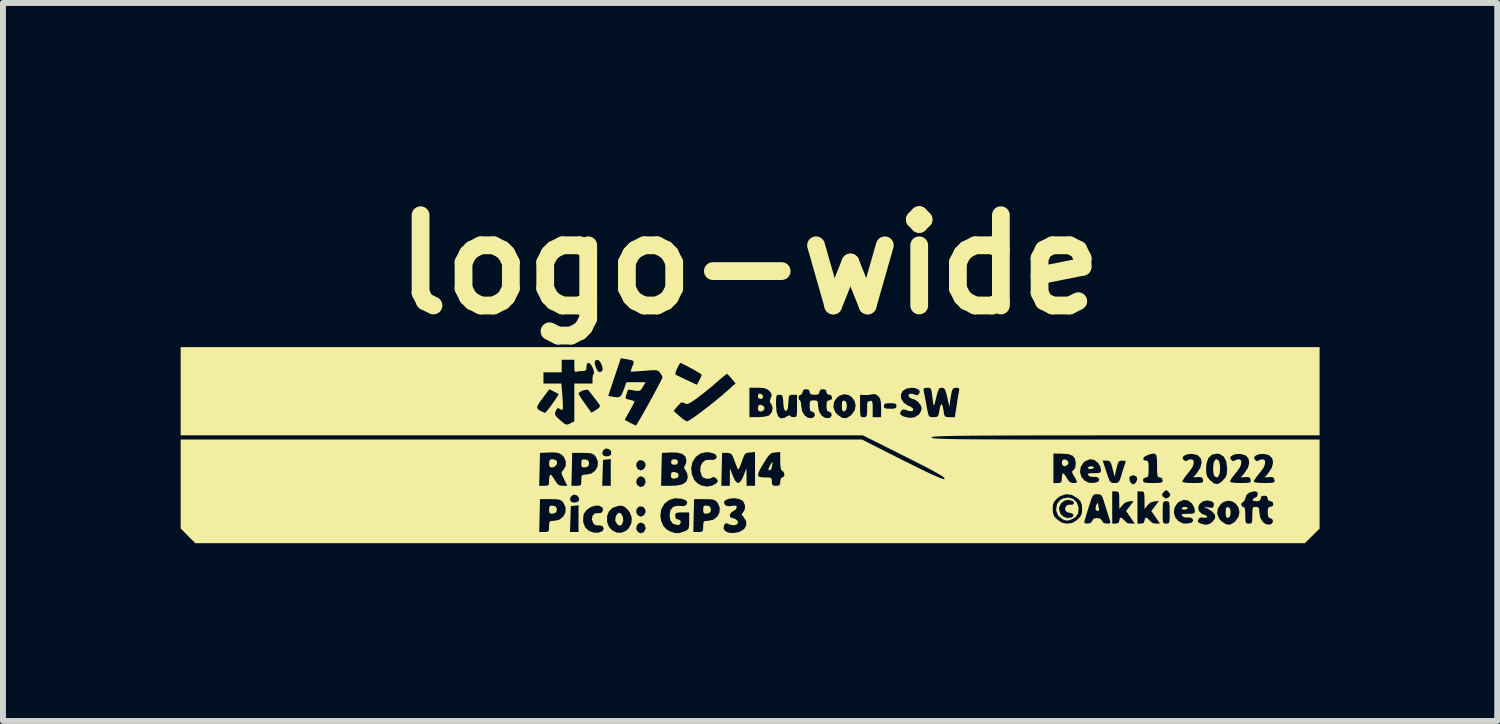
<source format=kicad_pcb>
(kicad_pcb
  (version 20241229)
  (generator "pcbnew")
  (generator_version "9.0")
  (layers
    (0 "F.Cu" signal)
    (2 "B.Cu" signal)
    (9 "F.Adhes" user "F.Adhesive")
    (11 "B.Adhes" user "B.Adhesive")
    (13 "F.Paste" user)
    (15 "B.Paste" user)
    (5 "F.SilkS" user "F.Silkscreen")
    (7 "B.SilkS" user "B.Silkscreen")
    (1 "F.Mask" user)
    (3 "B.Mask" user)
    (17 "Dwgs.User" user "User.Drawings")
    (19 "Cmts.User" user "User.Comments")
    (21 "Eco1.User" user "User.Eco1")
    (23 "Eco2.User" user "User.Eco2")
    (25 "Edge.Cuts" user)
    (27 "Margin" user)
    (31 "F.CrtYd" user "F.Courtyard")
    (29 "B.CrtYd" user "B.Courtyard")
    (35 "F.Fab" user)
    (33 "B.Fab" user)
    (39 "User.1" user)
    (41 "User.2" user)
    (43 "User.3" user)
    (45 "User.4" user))
  (footprint "logo-wide"
    (layer "F.Cu")
    (at 9.602 4.466)
    (property "Reference" "logo-wide" (at 0 -3.048 0) (layer "F.SilkS") (effects (font (size 1.524 1.524) (thickness 0.3))))
    (attr board_only exclude_from_pos_files exclude_from_bom)
    (fp_poly (pts (xy -1.219 0.248) (xy -1.206 0.284) (xy -1.22 0.321) (xy -1.265 0.331) (xy -1.312 0.32) (xy -1.324 0.284) (xy -1.311 0.247) (xy -1.265 0.236)) (stroke (width 0) (type solid)) (fill yes) (layer "F.SilkS"))
    (fp_poly (pts (xy 0.221 -0.849) (xy 0.233 -0.815) (xy 0.216 -0.787) (xy 0.191 -0.78) (xy 0.15 -0.796) (xy 0.142 -0.829) (xy 0.155 -0.867) (xy 0.183 -0.871)) (stroke (width 0) (type solid)) (fill yes) (layer "F.SilkS"))
    (fp_poly (pts (xy 5.81 0.365) (xy 5.818 0.378) (xy 5.798 0.396) (xy 5.757 0.402) (xy 5.717 0.395) (xy 5.711 0.378) (xy 5.745 0.359) (xy 5.772 0.355)) (stroke (width 0) (type solid)) (fill yes) (layer "F.SilkS"))
    (fp_poly (pts (xy 7.394 1.051) (xy 7.402 1.064) (xy 7.382 1.082) (xy 7.342 1.088) (xy 7.302 1.08) (xy 7.296 1.064) (xy 7.329 1.044) (xy 7.357 1.041)) (stroke (width 0) (type solid)) (fill yes) (layer "F.SilkS"))
    (fp_poly (pts (xy 0.234 -0.664) (xy 0.256 -0.63) (xy 0.243 -0.593) (xy 0.205 -0.569) (xy 0.19 -0.568) (xy 0.152 -0.581) (xy 0.142 -0.627) (xy 0.155 -0.675) (xy 0.193 -0.683)) (stroke (width 0) (type solid)) (fill yes) (layer "F.SilkS"))
    (fp_poly (pts (xy 5.366 0.258) (xy 5.388 0.292) (xy 5.375 0.33) (xy 5.337 0.353) (xy 5.322 0.355) (xy 5.284 0.341) (xy 5.274 0.296) (xy 5.287 0.248) (xy 5.326 0.239)) (stroke (width 0) (type solid)) (fill yes) (layer "F.SilkS"))
    (fp_poly (pts (xy -1.259 0.454) (xy -1.209 0.471) (xy -1.194 0.508) (xy -1.21 0.547) (xy -1.259 0.563) (xy -1.306 0.562) (xy -1.323 0.536) (xy -1.324 0.508) (xy -1.318 0.464) (xy -1.288 0.452)) (stroke (width 0) (type solid)) (fill yes) (layer "F.SilkS"))
    (fp_poly (pts (xy -3.272 0.249) (xy -3.248 0.272) (xy -3.251 0.321) (xy -3.286 0.362) (xy -3.338 0.378) (xy -3.37 0.366) (xy -3.382 0.321) (xy -3.382 0.307) (xy -3.376 0.257) (xy -3.349 0.238) (xy -3.322 0.236)) (stroke (width 0) (type solid)) (fill yes) (layer "F.SilkS"))
    (fp_poly (pts (xy 0.389 0.304) (xy 0.384 0.353) (xy 0.383 0.355) (xy 0.366 0.406) (xy 0.34 0.426) (xy 0.32 0.419) (xy 0.325 0.392) (xy 0.343 0.355) (xy 0.369 0.307) (xy 0.386 0.284) (xy 0.387 0.284)) (stroke (width 0) (type solid)) (fill yes) (layer "F.SilkS"))
    (fp_poly (pts (xy 5.888 0.992) (xy 5.888 0.997) (xy 5.897 1.056) (xy 5.903 1.074) (xy 5.901 1.106) (xy 5.88 1.112) (xy 5.848 1.092) (xy 5.842 1.07) (xy 5.855 1.013) (xy 5.865 0.993) (xy 5.884 0.971)) (stroke (width 0) (type solid)) (fill yes) (layer "F.SilkS"))
    (fp_poly (pts (xy -3.317 1.021) (xy -3.268 1.036) (xy -3.252 1.075) (xy -3.252 1.088) (xy -3.262 1.133) (xy -3.302 1.152) (xy -3.317 1.155) (xy -3.362 1.154) (xy -3.379 1.131) (xy -3.382 1.088) (xy -3.377 1.037) (xy -3.355 1.02)) (stroke (width 0) (type solid)) (fill yes) (layer "F.SilkS"))
    (fp_poly (pts (xy -2.773 0.241) (xy -2.724 0.256) (xy -2.708 0.294) (xy -2.708 0.307) (xy -2.718 0.353) (xy -2.759 0.372) (xy -2.773 0.374) (xy -2.818 0.374) (xy -2.836 0.35) (xy -2.838 0.307) (xy -2.833 0.256) (xy -2.811 0.239)) (stroke (width 0) (type solid)) (fill yes) (layer "F.SilkS"))
    (fp_poly (pts (xy -2.177 1.149) (xy -2.167 1.157) (xy -2.137 1.207) (xy -2.13 1.273) (xy -2.148 1.331) (xy -2.161 1.346) (xy -2.196 1.359) (xy -2.232 1.335) (xy -2.267 1.272) (xy -2.256 1.202) (xy -2.237 1.17) (xy -2.207 1.14)) (stroke (width 0) (type solid)) (fill yes) (layer "F.SilkS"))
    (fp_poly (pts (xy -0.715 1.021) (xy -0.667 1.036) (xy -0.651 1.075) (xy -0.65 1.088) (xy -0.661 1.133) (xy -0.701 1.152) (xy -0.715 1.155) (xy -0.761 1.154) (xy -0.778 1.131) (xy -0.78 1.088) (xy -0.776 1.037) (xy -0.753 1.02)) (stroke (width 0) (type solid)) (fill yes) (layer "F.SilkS"))
    (fp_poly (pts (xy 1.633 -0.73) (xy 1.644 -0.674) (xy 1.644 -0.662) (xy 1.636 -0.6) (xy 1.608 -0.574) (xy 1.602 -0.572) (xy 1.576 -0.575) (xy 1.563 -0.605) (xy 1.561 -0.662) (xy 1.564 -0.725) (xy 1.578 -0.751) (xy 1.602 -0.752)) (stroke (width 0) (type solid)) (fill yes) (layer "F.SilkS"))
    (fp_poly (pts (xy 8.113 1.067) (xy 8.124 1.123) (xy 8.124 1.135) (xy 8.116 1.197) (xy 8.088 1.224) (xy 8.082 1.225) (xy 8.056 1.222) (xy 8.044 1.192) (xy 8.041 1.135) (xy 8.044 1.073) (xy 8.058 1.047) (xy 8.082 1.045)) (stroke (width 0) (type solid)) (fill yes) (layer "F.SilkS"))
    (fp_poly (pts (xy 7.923 0.259) (xy 7.943 0.323) (xy 7.946 0.39) (xy 7.938 0.483) (xy 7.913 0.534) (xy 7.887 0.544) (xy 7.853 0.525) (xy 7.842 0.507) (xy 7.832 0.457) (xy 7.828 0.391) (xy 7.828 0.39) (xy 7.837 0.298) (xy 7.862 0.247) (xy 7.887 0.236)) (stroke (width 0) (type solid)) (fill yes) (layer "F.SilkS"))
    (fp_poly (pts (xy 5.467 0.908) (xy 5.527 0.966) (xy 5.556 1.05) (xy 5.558 1.073) (xy 5.546 1.157) (xy 5.506 1.214) (xy 5.461 1.242) (xy 5.39 1.271) (xy 5.334 1.27) (xy 5.286 1.25) (xy 5.212 1.189) (xy 5.181 1.108) (xy 5.179 1.082) (xy 5.18 1.076) (xy 5.227 1.076) (xy 5.246 1.15) (xy 5.297 1.204) (xy 5.364 1.23) (xy 5.436 1.221) (xy 5.456 1.211) (xy 5.473 1.183) (xy 5.455 1.155) (xy 5.414 1.142) (xy 5.407 1.143) (xy 5.359 1.128) (xy 5.338 1.108) (xy 5.329 1.06) (xy 5.353 1.019) (xy 5.398 1.002) (xy 5.417 1.006) (xy 5.459 1.004) (xy 5.48 0.981) (xy 5.469 0.95) (xy 5.46 0.944) (xy 5.387 0.921) (xy 5.315 0.937) (xy 5.258 0.984) (xy 5.228 1.054) (xy 5.227 1.076) (xy 5.18 1.076) (xy 5.195 0.99) (xy 5.245 0.927) (xy 5.297 0.899) (xy 5.387 0.884)) (stroke (width 0) (type solid)) (fill yes) (layer "F.SilkS"))
    (fp_poly (pts (xy 9.626 -0.166) (xy 6.35 -0.166) (xy 5.887 -0.166) (xy 5.469 -0.165) (xy 5.094 -0.165) (xy 4.759 -0.165) (xy 4.463 -0.164) (xy 4.203 -0.163) (xy 3.976 -0.162) (xy 3.782 -0.161) (xy 3.616 -0.159) (xy 3.478 -0.158) (xy 3.364 -0.155) (xy 3.273 -0.153) (xy 3.202 -0.15) (xy 3.149 -0.147) (xy 3.113 -0.143) (xy 3.089 -0.139) (xy 3.077 -0.134) (xy 3.074 -0.13) (xy 3.078 -0.125) (xy 3.092 -0.121) (xy 3.117 -0.116) (xy 3.156 -0.113) (xy 3.211 -0.11) (xy 3.284 -0.107) (xy 3.378 -0.104) (xy 3.495 -0.102) (xy 3.637 -0.1) (xy 3.806 -0.099) (xy 4.005 -0.098) (xy 4.236 -0.097) (xy 4.501 -0.096) (xy 4.802 -0.095) (xy 5.142 -0.095) (xy 5.523 -0.095) (xy 5.947 -0.095) (xy 6.35 -0.095) (xy 9.626 -0.095) (xy 9.626 1.409) (xy 9.376 1.655) (xy -9.355 1.655) (xy -9.479 1.531) (xy -9.542 1.466) (xy -3.549 1.466) (xy -3.465 1.466) (xy -3.029 1.466) (xy -2.885 1.466) (xy -2.885 1.292) (xy -2.808 1.292) (xy -2.775 1.384) (xy -2.712 1.445) (xy -2.634 1.475) (xy -2.552 1.478) (xy -2.485 1.453) (xy -2.475 1.444) (xy -2.459 1.404) (xy -2.479 1.369) (xy -2.523 1.353) (xy -2.544 1.354) (xy -2.602 1.35) (xy -2.639 1.313) (xy -2.644 1.298) (xy -2.403 1.298) (xy -2.37 1.381) (xy -2.312 1.442) (xy -2.238 1.476) (xy -2.157 1.477) (xy -2.077 1.441) (xy -2.051 1.416) (xy -1.91 1.416) (xy -1.891 1.456) (xy -1.842 1.488) (xy -1.791 1.473) (xy -1.778 1.462) (xy -1.752 1.406) (xy -1.766 1.348) (xy -1.788 1.323) (xy -1.835 1.306) (xy -1.877 1.324) (xy -1.905 1.365) (xy -1.91 1.416) (xy -2.051 1.416) (xy -2.04 1.406) (xy -1.993 1.32) (xy -1.986 1.224) (xy -2.019 1.137) (xy -1.91 1.137) (xy -1.885 1.183) (xy -1.838 1.206) (xy -1.833 1.206) (xy -1.795 1.191) (xy -1.788 1.185) (xy -1.504 1.185) (xy -1.491 1.274) (xy -1.453 1.365) (xy -1.395 1.425) (xy -1.336 1.457) (xy -1.254 1.484) (xy -1.181 1.483) (xy -1.131 1.466) (xy -0.947 1.466) (xy -0.864 1.466) (xy -0.81 1.463) (xy -0.787 1.446) (xy -0.781 1.406) (xy -0.437 1.406) (xy -0.41 1.449) (xy -0.353 1.477) (xy -0.275 1.484) (xy -0.184 1.469) (xy -0.169 1.464) (xy -0.091 1.418) (xy -0.053 1.355) (xy -0.055 1.283) (xy -0.095 1.217) (xy -0.127 1.178) (xy -0.125 1.153) (xy -0.107 1.136) (xy -0.077 1.083) (xy -0.077 1.076) (xy 5.12 1.076) (xy 5.126 1.152) (xy 5.148 1.204) (xy 5.197 1.255) (xy 5.272 1.306) (xy 5.352 1.324) (xy 5.369 1.324) (xy 5.452 1.312) (xy 5.462 1.306) (xy 5.652 1.306) (xy 5.673 1.32) (xy 5.714 1.324) (xy 5.769 1.309) (xy 5.787 1.277) (xy 5.814 1.24) (xy 5.87 1.23) (xy 5.928 1.241) (xy 5.953 1.277) (xy 5.979 1.314) (xy 6.036 1.324) (xy 6.125 1.324) (xy 6.184 1.324) (xy 6.231 1.313) (xy 6.244 1.278) (xy 6.254 1.23) (xy 6.282 1.223) (xy 6.32 1.259) (xy 6.324 1.265) (xy 6.378 1.314) (xy 6.434 1.324) (xy 6.506 1.324) (xy 6.551 1.324) (xy 6.61 1.324) (xy 6.657 1.313) (xy 6.669 1.278) (xy 6.68 1.23) (xy 6.708 1.223) (xy 6.746 1.259) (xy 6.75 1.265) (xy 6.804 1.314) (xy 6.86 1.324) (xy 6.932 1.324) (xy 6.802 1.135) (xy 6.977 1.135) (xy 6.977 1.229) (xy 6.981 1.285) (xy 6.991 1.313) (xy 7.011 1.323) (xy 7.036 1.324) (xy 7.065 1.322) (xy 7.083 1.31) (xy 7.092 1.277) (xy 7.095 1.215) (xy 7.095 1.139) (xy 7.166 1.139) (xy 7.189 1.219) (xy 7.241 1.282) (xy 7.316 1.319) (xy 7.36 1.324) (xy 7.423 1.318) (xy 7.468 1.305) (xy 7.468 1.304) (xy 7.482 1.286) (xy 7.57 1.286) (xy 7.585 1.307) (xy 7.621 1.324) (xy 7.702 1.344) (xy 7.768 1.329) (xy 7.818 1.293) (xy 7.863 1.235) (xy 7.861 1.176) (xy 7.843 1.156) (xy 7.897 1.156) (xy 7.929 1.239) (xy 7.972 1.287) (xy 8.048 1.336) (xy 8.114 1.342) (xy 8.182 1.304) (xy 8.208 1.279) (xy 8.26 1.203) (xy 8.273 1.125) (xy 8.256 1.052) (xy 8.223 1.004) (xy 8.301 1.004) (xy 8.32 1.036) (xy 8.337 1.041) (xy 8.357 1.051) (xy 8.368 1.09) (xy 8.372 1.165) (xy 8.372 1.182) (xy 8.373 1.261) (xy 8.38 1.304) (xy 8.397 1.321) (xy 8.429 1.324) (xy 8.431 1.324) (xy 8.464 1.321) (xy 8.482 1.305) (xy 8.489 1.264) (xy 8.49 1.187) (xy 8.49 1.182) (xy 8.492 1.104) (xy 8.498 1.061) (xy 8.515 1.044) (xy 8.547 1.041) (xy 8.549 1.041) (xy 8.587 1.046) (xy 8.604 1.07) (xy 8.609 1.126) (xy 8.609 1.136) (xy 8.624 1.223) (xy 8.663 1.292) (xy 8.719 1.334) (xy 8.782 1.341) (xy 8.819 1.326) (xy 8.84 1.292) (xy 8.829 1.253) (xy 8.794 1.23) (xy 8.787 1.23) (xy 8.762 1.215) (xy 8.751 1.165) (xy 8.75 1.135) (xy 8.754 1.073) (xy 8.77 1.046) (xy 8.798 1.041) (xy 8.837 1.024) (xy 8.845 0.993) (xy 8.828 0.954) (xy 8.798 0.946) (xy 8.758 0.929) (xy 8.75 0.899) (xy 8.737 0.862) (xy 8.691 0.851) (xy 8.645 0.862) (xy 8.632 0.899) (xy 8.621 0.933) (xy 8.581 0.945) (xy 8.559 0.946) (xy 8.506 0.938) (xy 8.496 0.916) (xy 8.525 0.889) (xy 8.54 0.887) (xy 8.569 0.867) (xy 8.581 0.834) (xy 8.579 0.796) (xy 8.549 0.782) (xy 8.517 0.78) (xy 8.442 0.798) (xy 8.39 0.842) (xy 8.372 0.898) (xy 8.355 0.941) (xy 8.337 0.955) (xy 8.305 0.986) (xy 8.301 1.004) (xy 8.223 1.004) (xy 8.214 0.991) (xy 8.154 0.95) (xy 8.083 0.937) (xy 8.007 0.958) (xy 7.958 0.993) (xy 7.907 1.07) (xy 7.897 1.156) (xy 7.843 1.156) (xy 7.812 1.119) (xy 7.761 1.086) (xy 7.674 1.038) (xy 7.751 1.051) (xy 7.803 1.057) (xy 7.828 1.055) (xy 7.828 1.054) (xy 7.835 1.027) (xy 7.842 1.007) (xy 7.836 0.971) (xy 7.797 0.946) (xy 7.739 0.934) (xy 7.674 0.942) (xy 7.659 0.947) (xy 7.599 0.992) (xy 7.577 1.051) (xy 7.589 1.111) (xy 7.637 1.158) (xy 7.675 1.173) (xy 7.724 1.195) (xy 7.73 1.216) (xy 7.696 1.226) (xy 7.665 1.222) (xy 7.608 1.22) (xy 7.582 1.245) (xy 7.57 1.286) (xy 7.482 1.286) (xy 7.492 1.272) (xy 7.48 1.24) (xy 7.441 1.22) (xy 7.405 1.221) (xy 7.338 1.217) (xy 7.31 1.196) (xy 7.296 1.174) (xy 7.31 1.163) (xy 7.357 1.159) (xy 7.4 1.159) (xy 7.471 1.157) (xy 7.507 1.147) (xy 7.519 1.125) (xy 7.521 1.103) (xy 7.506 1.045) (xy 7.472 0.985) (xy 7.406 0.933) (xy 7.328 0.924) (xy 7.251 0.957) (xy 7.224 0.98) (xy 7.176 1.056) (xy 7.166 1.139) (xy 7.095 1.139) (xy 7.095 1.135) (xy 7.094 1.041) (xy 7.09 0.985) (xy 7.08 0.957) (xy 7.061 0.947) (xy 7.036 0.946) (xy 7.007 0.948) (xy 6.989 0.96) (xy 6.98 0.993) (xy 6.977 1.055) (xy 6.977 1.135) (xy 6.802 1.135) (xy 6.785 1.111) (xy 6.848 1.029) (xy 6.911 0.946) (xy 6.844 0.946) (xy 6.77 0.969) (xy 6.724 1.011) (xy 6.671 1.076) (xy 6.67 0.928) (xy 6.669 0.848) (xy 6.666 0.833) (xy 6.965 0.833) (xy 6.979 0.866) (xy 7.017 0.894) (xy 7.036 0.899) (xy 7.075 0.882) (xy 7.093 0.866) (xy 7.106 0.831) (xy 7.082 0.795) (xy 7.049 0.765) (xy 7.036 0.757) (xy 7.015 0.771) (xy 6.989 0.795) (xy 6.965 0.833) (xy 6.666 0.833) (xy 6.662 0.803) (xy 6.646 0.785) (xy 6.616 0.78) (xy 6.61 0.78) (xy 6.551 0.78) (xy 6.551 1.324) (xy 6.506 1.324) (xy 6.359 1.111) (xy 6.423 1.029) (xy 6.486 0.946) (xy 6.419 0.946) (xy 6.344 0.969) (xy 6.299 1.011) (xy 6.245 1.076) (xy 6.244 0.928) (xy 6.243 0.848) (xy 6.236 0.803) (xy 6.22 0.785) (xy 6.19 0.78) (xy 6.184 0.78) (xy 6.125 0.78) (xy 6.125 1.324) (xy 6.036 1.324) (xy 6.084 1.319) (xy 6.096 1.3) (xy 6.091 1.283) (xy 6.077 1.243) (xy 6.054 1.17) (xy 6.025 1.077) (xy 6.012 1.035) (xy 5.982 0.937) (xy 5.959 0.877) (xy 5.939 0.844) (xy 5.914 0.83) (xy 5.88 0.828) (xy 5.872 0.828) (xy 5.837 0.829) (xy 5.812 0.839) (xy 5.791 0.866) (xy 5.77 0.917) (xy 5.742 1.001) (xy 5.724 1.057) (xy 5.694 1.156) (xy 5.67 1.237) (xy 5.655 1.29) (xy 5.652 1.306) (xy 5.462 1.306) (xy 5.526 1.267) (xy 5.54 1.255) (xy 5.589 1.203) (xy 5.612 1.151) (xy 5.617 1.076) (xy 5.611 1) (xy 5.589 0.948) (xy 5.54 0.897) (xy 5.444 0.839) (xy 5.345 0.826) (xy 5.246 0.861) (xy 5.197 0.897) (xy 5.148 0.949) (xy 5.125 1.001) (xy 5.12 1.076) (xy -0.077 1.076) (xy -0.075 1.015) (xy -0.102 0.952) (xy -0.116 0.936) (xy -0.177 0.907) (xy -0.261 0.895) (xy -0.345 0.904) (xy -0.396 0.924) (xy -0.429 0.954) (xy -0.423 0.989) (xy -0.418 0.997) (xy -0.388 1.025) (xy -0.339 1.03) (xy -0.302 1.025) (xy -0.243 1.019) (xy -0.217 1.03) (xy -0.213 1.05) (xy -0.233 1.087) (xy -0.272 1.112) (xy -0.314 1.142) (xy -0.332 1.182) (xy -0.322 1.217) (xy -0.289 1.23) (xy -0.238 1.245) (xy -0.199 1.279) (xy -0.189 1.305) (xy -0.209 1.337) (xy -0.257 1.352) (xy -0.315 1.346) (xy -0.339 1.336) (xy -0.385 1.317) (xy -0.411 1.325) (xy -0.427 1.35) (xy -0.437 1.406) (xy -0.781 1.406) (xy -0.781 1.4) (xy -0.78 1.372) (xy -0.778 1.311) (xy -0.762 1.284) (xy -0.722 1.277) (xy -0.697 1.277) (xy -0.608 1.258) (xy -0.542 1.206) (xy -0.505 1.134) (xy -0.501 1.052) (xy -0.538 0.971) (xy -0.542 0.966) (xy -0.571 0.937) (xy -0.607 0.92) (xy -0.664 0.912) (xy -0.755 0.911) (xy -0.761 0.911) (xy -0.934 0.911) (xy -0.941 1.188) (xy -0.947 1.466) (xy -1.131 1.466) (xy -1.099 1.456) (xy -1.054 1.435) (xy -1.029 1.41) (xy -1.019 1.369) (xy -1.017 1.296) (xy -1.017 1.278) (xy -1.017 1.135) (xy -1.135 1.135) (xy -1.205 1.137) (xy -1.24 1.147) (xy -1.252 1.171) (xy -1.253 1.194) (xy -1.242 1.241) (xy -1.206 1.253) (xy -1.167 1.27) (xy -1.159 1.301) (xy -1.173 1.338) (xy -1.216 1.348) (xy -1.288 1.328) (xy -1.333 1.271) (xy -1.348 1.184) (xy -1.332 1.095) (xy -1.285 1.04) (xy -1.211 1.022) (xy -1.175 1.026) (xy -1.105 1.029) (xy -1.065 1.007) (xy -1.048 0.963) (xy -1.076 0.929) (xy -1.141 0.904) (xy -1.256 0.895) (xy -1.356 0.926) (xy -1.436 0.989) (xy -1.487 1.078) (xy -1.504 1.185) (xy -1.788 1.185) (xy -1.778 1.178) (xy -1.752 1.127) (xy -1.761 1.077) (xy -1.795 1.041) (xy -1.846 1.033) (xy -1.875 1.044) (xy -1.908 1.084) (xy -1.91 1.137) (xy -2.019 1.137) (xy -2.021 1.131) (xy -2.059 1.083) (xy -2.112 1.037) (xy -2.16 1.021) (xy -2.215 1.025) (xy -2.314 1.059) (xy -2.376 1.123) (xy -2.403 1.198) (xy -2.403 1.298) (xy -2.644 1.298) (xy -2.66 1.251) (xy -2.649 1.194) (xy -2.614 1.154) (xy -2.562 1.146) (xy -2.552 1.148) (xy -2.505 1.144) (xy -2.475 1.112) (xy -2.474 1.068) (xy -2.483 1.052) (xy -2.537 1.021) (xy -2.607 1.021) (xy -2.682 1.047) (xy -2.749 1.093) (xy -2.793 1.154) (xy -2.802 1.181) (xy -2.808 1.292) (xy -2.885 1.292) (xy -2.885 1.014) (xy -2.95 1.021) (xy -3.015 1.029) (xy -3.022 1.248) (xy -3.029 1.466) (xy -3.465 1.466) (xy -3.412 1.463) (xy -3.388 1.446) (xy -3.382 1.4) (xy -3.382 1.372) (xy -3.379 1.311) (xy -3.364 1.284) (xy -3.323 1.277) (xy -3.298 1.277) (xy -3.209 1.258) (xy -3.143 1.206) (xy -3.106 1.134) (xy -3.103 1.052) (xy -3.139 0.971) (xy -3.143 0.966) (xy -3.172 0.937) (xy -3.209 0.92) (xy -3.226 0.918) (xy -3.028 0.918) (xy -3.011 0.954) (xy -2.971 0.969) (xy -2.919 0.965) (xy -2.882 0.943) (xy -2.878 0.936) (xy -2.879 0.886) (xy -2.912 0.847) (xy -2.963 0.835) (xy -2.976 0.838) (xy -3.016 0.87) (xy -3.028 0.918) (xy -3.226 0.918) (xy -3.266 0.912) (xy -3.357 0.911) (xy -3.362 0.911) (xy -3.536 0.911) (xy -3.542 1.188) (xy -3.549 1.466) (xy -9.542 1.466) (xy -9.602 1.406) (xy -9.602 0.686) (xy -3.549 0.686) (xy -3.465 0.686) (xy -3.412 0.683) (xy -3.388 0.665) (xy -3.382 0.62) (xy -3.382 0.591) (xy -3.377 0.532) (xy -3.365 0.499) (xy -3.36 0.497) (xy -3.336 0.515) (xy -3.301 0.563) (xy -3.284 0.591) (xy -3.245 0.651) (xy -3.207 0.679) (xy -3.154 0.686) (xy -3.153 0.686) (xy -3.074 0.686) (xy -3.005 0.686) (xy -2.922 0.686) (xy -2.485 0.686) (xy -2.341 0.686) (xy -2.341 0.635) (xy -1.91 0.635) (xy -1.891 0.675) (xy -1.842 0.707) (xy -1.791 0.692) (xy -1.784 0.686) (xy -1.491 0.686) (xy -1.335 0.686) (xy -1.246 0.682) (xy -1.17 0.671) (xy -1.128 0.659) (xy -1.08 0.627) (xy -1.059 0.605) (xy -1.041 0.544) (xy -1.052 0.471) (xy -1.08 0.421) (xy -1.103 0.385) (xy -0.983 0.385) (xy -0.971 0.493) (xy -0.933 0.585) (xy -0.875 0.645) (xy -0.816 0.678) (xy -0.722 0.699) (xy -0.64 0.686) (xy -0.474 0.686) (xy -0.331 0.686) (xy -0.33 0.538) (xy -0.329 0.39) (xy -0.281 0.514) (xy -0.243 0.596) (xy -0.207 0.634) (xy -0.191 0.639) (xy -0.155 0.619) (xy -0.117 0.557) (xy -0.099 0.514) (xy -0.05 0.39) (xy -0.047 0.686) (xy 0.095 0.686) (xy 0.095 0.512) (xy 0.146 0.512) (xy 0.17 0.535) (xy 0.222 0.543) (xy 0.26 0.544) (xy 0.33 0.545) (xy 0.365 0.555) (xy 0.377 0.58) (xy 0.378 0.615) (xy 0.384 0.665) (xy 0.412 0.684) (xy 0.449 0.686) (xy 0.5 0.68) (xy 0.518 0.652) (xy 0.519 0.639) (xy 5.132 0.639) (xy 5.203 0.639) (xy 5.251 0.634) (xy 5.27 0.611) (xy 5.274 0.556) (xy 5.279 0.501) (xy 5.291 0.474) (xy 5.294 0.473) (xy 5.317 0.492) (xy 5.349 0.539) (xy 5.358 0.556) (xy 5.399 0.614) (xy 5.444 0.637) (xy 5.469 0.639) (xy 5.514 0.636) (xy 5.53 0.621) (xy 5.517 0.584) (xy 5.483 0.526) (xy 5.452 0.472) (xy 5.449 0.454) (xy 5.581 0.454) (xy 5.604 0.533) (xy 5.656 0.597) (xy 5.732 0.633) (xy 5.775 0.638) (xy 5.839 0.632) (xy 5.883 0.619) (xy 5.884 0.619) (xy 5.907 0.586) (xy 5.895 0.554) (xy 5.856 0.534) (xy 5.82 0.535) (xy 5.753 0.531) (xy 5.725 0.511) (xy 5.712 0.489) (xy 5.725 0.477) (xy 5.773 0.473) (xy 5.815 0.473) (xy 5.886 0.471) (xy 5.922 0.462) (xy 5.935 0.439) (xy 5.936 0.417) (xy 5.922 0.359) (xy 5.887 0.299) (xy 5.837 0.26) (xy 5.964 0.26) (xy 6.026 0.449) (xy 6.057 0.541) (xy 6.08 0.597) (xy 6.102 0.626) (xy 6.13 0.637) (xy 6.165 0.639) (xy 6.204 0.636) (xy 6.231 0.623) (xy 6.252 0.59) (xy 6.266 0.551) (xy 6.413 0.551) (xy 6.42 0.599) (xy 6.447 0.644) (xy 6.48 0.662) (xy 6.508 0.646) (xy 6.526 0.628) (xy 6.542 0.591) (xy 6.646 0.591) (xy 6.65 0.616) (xy 6.67 0.63) (xy 6.716 0.637) (xy 6.798 0.639) (xy 6.811 0.639) (xy 6.898 0.637) (xy 6.948 0.632) (xy 6.971 0.618) (xy 6.972 0.613) (xy 7.308 0.613) (xy 7.33 0.627) (xy 7.395 0.636) (xy 7.487 0.639) (xy 7.577 0.638) (xy 7.63 0.633) (xy 7.655 0.623) (xy 7.66 0.603) (xy 7.658 0.585) (xy 7.645 0.549) (xy 7.61 0.537) (xy 7.571 0.538) (xy 7.492 0.545) (xy 7.554 0.472) (xy 7.603 0.395) (xy 7.71 0.395) (xy 7.714 0.477) (xy 7.73 0.532) (xy 7.766 0.58) (xy 7.779 0.593) (xy 7.844 0.646) (xy 7.901 0.657) (xy 7.96 0.626) (xy 7.973 0.613) (xy 8.112 0.613) (xy 8.135 0.627) (xy 8.199 0.636) (xy 8.291 0.639) (xy 8.382 0.638) (xy 8.434 0.633) (xy 8.459 0.623) (xy 8.461 0.613) (xy 8.514 0.613) (xy 8.537 0.627) (xy 8.601 0.636) (xy 8.693 0.639) (xy 8.784 0.638) (xy 8.836 0.633) (xy 8.861 0.623) (xy 8.866 0.603) (xy 8.864 0.585) (xy 8.851 0.549) (xy 8.817 0.537) (xy 8.778 0.538) (xy 8.698 0.545) (xy 8.76 0.472) (xy 8.82 0.379) (xy 8.841 0.293) (xy 8.826 0.221) (xy 8.775 0.17) (xy 8.691 0.147) (xy 8.611 0.151) (xy 8.552 0.173) (xy 8.55 0.174) (xy 8.519 0.204) (xy 8.526 0.234) (xy 8.536 0.247) (xy 8.571 0.271) (xy 8.593 0.261) (xy 8.635 0.24) (xy 8.679 0.24) (xy 8.705 0.261) (xy 8.706 0.266) (xy 8.704 0.319) (xy 8.685 0.371) (xy 8.64 0.436) (xy 8.607 0.477) (xy 8.557 0.54) (xy 8.524 0.59) (xy 8.514 0.613) (xy 8.461 0.613) (xy 8.464 0.603) (xy 8.462 0.585) (xy 8.449 0.549) (xy 8.415 0.537) (xy 8.376 0.538) (xy 8.296 0.545) (xy 8.358 0.472) (xy 8.418 0.379) (xy 8.439 0.293) (xy 8.424 0.221) (xy 8.373 0.17) (xy 8.289 0.147) (xy 8.209 0.151) (xy 8.15 0.173) (xy 8.148 0.174) (xy 8.117 0.204) (xy 8.124 0.234) (xy 8.134 0.247) (xy 8.169 0.271) (xy 8.191 0.261) (xy 8.233 0.24) (xy 8.277 0.24) (xy 8.303 0.261) (xy 8.304 0.266) (xy 8.302 0.319) (xy 8.283 0.371) (xy 8.238 0.436) (xy 8.205 0.477) (xy 8.155 0.54) (xy 8.122 0.59) (xy 8.112 0.613) (xy 7.973 0.613) (xy 7.995 0.593) (xy 8.037 0.544) (xy 8.058 0.493) (xy 8.064 0.42) (xy 8.065 0.395) (xy 8.051 0.276) (xy 8.01 0.194) (xy 7.942 0.15) (xy 7.887 0.142) (xy 7.804 0.162) (xy 7.746 0.221) (xy 7.715 0.317) (xy 7.71 0.395) (xy 7.603 0.395) (xy 7.614 0.379) (xy 7.635 0.293) (xy 7.62 0.221) (xy 7.569 0.17) (xy 7.484 0.147) (xy 7.405 0.151) (xy 7.346 0.173) (xy 7.344 0.174) (xy 7.313 0.204) (xy 7.32 0.234) (xy 7.33 0.247) (xy 7.365 0.271) (xy 7.387 0.261) (xy 7.428 0.24) (xy 7.473 0.24) (xy 7.499 0.261) (xy 7.5 0.266) (xy 7.498 0.319) (xy 7.479 0.371) (xy 7.434 0.436) (xy 7.4 0.477) (xy 7.351 0.54) (xy 7.318 0.59) (xy 7.308 0.613) (xy 6.972 0.613) (xy 6.977 0.595) (xy 6.977 0.591) (xy 6.96 0.552) (xy 6.929 0.544) (xy 6.906 0.54) (xy 6.892 0.523) (xy 6.885 0.483) (xy 6.882 0.41) (xy 6.882 0.343) (xy 6.88 0.238) (xy 6.871 0.174) (xy 6.849 0.144) (xy 6.807 0.142) (xy 6.74 0.161) (xy 6.72 0.168) (xy 6.668 0.196) (xy 6.647 0.228) (xy 6.659 0.253) (xy 6.693 0.26) (xy 6.719 0.265) (xy 6.734 0.288) (xy 6.739 0.339) (xy 6.74 0.402) (xy 6.738 0.481) (xy 6.731 0.524) (xy 6.714 0.541) (xy 6.693 0.544) (xy 6.653 0.561) (xy 6.646 0.591) (xy 6.542 0.591) (xy 6.549 0.575) (xy 6.534 0.53) (xy 6.488 0.509) (xy 6.48 0.508) (xy 6.429 0.524) (xy 6.413 0.551) (xy 6.266 0.551) (xy 6.274 0.527) (xy 6.292 0.467) (xy 6.318 0.382) (xy 6.34 0.316) (xy 6.353 0.28) (xy 6.354 0.278) (xy 6.342 0.265) (xy 6.297 0.26) (xy 6.296 0.26) (xy 6.257 0.264) (xy 6.232 0.282) (xy 6.214 0.325) (xy 6.196 0.396) (xy 6.165 0.532) (xy 6.131 0.396) (xy 6.11 0.32) (xy 6.09 0.279) (xy 6.064 0.263) (xy 6.03 0.26) (xy 5.964 0.26) (xy 5.837 0.26) (xy 5.821 0.247) (xy 5.744 0.238) (xy 5.666 0.272) (xy 5.639 0.295) (xy 5.592 0.37) (xy 5.581 0.454) (xy 5.449 0.454) (xy 5.447 0.444) (xy 5.465 0.425) (xy 5.471 0.422) (xy 5.502 0.377) (xy 5.51 0.308) (xy 5.498 0.23) (xy 5.457 0.178) (xy 5.382 0.15) (xy 5.269 0.142) (xy 5.132 0.142) (xy 5.132 0.639) (xy 0.519 0.639) (xy 0.52 0.615) (xy 0.531 0.559) (xy 0.556 0.544) (xy 0.585 0.524) (xy 0.591 0.496) (xy 0.576 0.45) (xy 0.556 0.434) (xy 0.535 0.412) (xy 0.524 0.361) (xy 0.52 0.271) (xy 0.52 0.268) (xy 0.52 0.115) (xy 0.433 0.123) (xy 0.388 0.13) (xy 0.352 0.148) (xy 0.316 0.186) (xy 0.272 0.252) (xy 0.245 0.296) (xy 0.184 0.398) (xy 0.151 0.468) (xy 0.146 0.512) (xy 0.095 0.512) (xy 0.095 0.115) (xy 0.008 0.123) (xy -0.039 0.129) (xy -0.07 0.145) (xy -0.093 0.182) (xy -0.119 0.249) (xy -0.131 0.284) (xy -0.16 0.363) (xy -0.18 0.401) (xy -0.194 0.405) (xy -0.202 0.39) (xy -0.222 0.34) (xy -0.249 0.268) (xy -0.261 0.236) (xy -0.289 0.172) (xy -0.317 0.14) (xy -0.358 0.131) (xy -0.382 0.13) (xy -0.461 0.13) (xy -0.468 0.408) (xy -0.474 0.686) (xy -0.64 0.686) (xy -0.628 0.684) (xy -0.563 0.646) (xy -0.534 0.614) (xy -0.54 0.586) (xy -0.56 0.563) (xy -0.6 0.535) (xy -0.624 0.543) (xy -0.674 0.566) (xy -0.737 0.564) (xy -0.79 0.539) (xy -0.803 0.522) (xy -0.83 0.437) (xy -0.825 0.357) (xy -0.793 0.292) (xy -0.739 0.252) (xy -0.669 0.247) (xy -0.668 0.247) (xy -0.605 0.248) (xy -0.563 0.227) (xy -0.551 0.192) (xy -0.575 0.154) (xy -0.579 0.151) (xy -0.631 0.13) (xy -0.704 0.119) (xy -0.724 0.118) (xy -0.825 0.139) (xy -0.905 0.197) (xy -0.96 0.282) (xy -0.983 0.385) (xy -1.103 0.385) (xy -1.105 0.381) (xy -1.093 0.35) (xy -1.092 0.349) (xy -1.071 0.306) (xy -1.064 0.256) (xy -1.082 0.188) (xy -1.137 0.145) (xy -1.23 0.124) (xy -1.328 0.123) (xy -1.478 0.13) (xy -1.485 0.408) (xy -1.491 0.686) (xy -1.784 0.686) (xy -1.778 0.681) (xy -1.752 0.626) (xy -1.766 0.567) (xy -1.788 0.542) (xy -1.835 0.525) (xy -1.877 0.543) (xy -1.905 0.584) (xy -1.91 0.635) (xy -2.341 0.635) (xy -2.341 0.356) (xy -1.91 0.356) (xy -1.885 0.403) (xy -1.838 0.425) (xy -1.833 0.426) (xy -1.795 0.411) (xy -1.778 0.397) (xy -1.752 0.346) (xy -1.761 0.297) (xy -1.795 0.261) (xy -1.846 0.253) (xy -1.875 0.263) (xy -1.908 0.304) (xy -1.91 0.356) (xy -2.341 0.356) (xy -2.341 0.233) (xy -2.406 0.241) (xy -2.471 0.248) (xy -2.478 0.467) (xy -2.485 0.686) (xy -2.922 0.686) (xy -2.868 0.683) (xy -2.844 0.665) (xy -2.838 0.62) (xy -2.838 0.591) (xy -2.836 0.531) (xy -2.82 0.504) (xy -2.779 0.497) (xy -2.754 0.497) (xy -2.665 0.477) (xy -2.599 0.426) (xy -2.562 0.353) (xy -2.559 0.272) (xy -2.595 0.191) (xy -2.599 0.186) (xy -2.628 0.157) (xy -2.665 0.14) (xy -2.682 0.137) (xy -2.484 0.137) (xy -2.467 0.173) (xy -2.427 0.189) (xy -2.375 0.184) (xy -2.338 0.163) (xy -2.334 0.156) (xy -2.335 0.105) (xy -2.368 0.067) (xy -2.419 0.055) (xy -2.432 0.058) (xy -2.472 0.09) (xy -2.484 0.137) (xy -2.682 0.137) (xy -2.722 0.132) (xy -2.813 0.13) (xy -2.818 0.13) (xy -2.992 0.13) (xy -2.998 0.408) (xy -3.005 0.686) (xy -3.074 0.686) (xy -3.129 0.574) (xy -3.161 0.507) (xy -3.172 0.469) (xy -3.163 0.443) (xy -3.142 0.42) (xy -3.103 0.354) (xy -3.1 0.275) (xy -3.13 0.2) (xy -3.162 0.166) (xy -3.207 0.138) (xy -3.26 0.124) (xy -3.337 0.122) (xy -3.38 0.123) (xy -3.536 0.13) (xy -3.542 0.408) (xy -3.549 0.686) (xy -9.602 0.686) (xy -9.602 -0.095) (xy 1.901 -0.095) (xy 2.585 0.251) (xy 2.795 0.355) (xy 2.969 0.441) (xy 3.108 0.505) (xy 3.209 0.549) (xy 3.271 0.571) (xy 3.292 0.573) (xy 3.294 0.561) (xy 3.282 0.544) (xy 3.251 0.52) (xy 3.197 0.487) (xy 3.119 0.443) (xy 3.011 0.385) (xy 2.871 0.313) (xy 2.695 0.224) (xy 2.481 0.117) (xy 2.466 0.109) (xy 1.916 -0.166) (xy -9.602 -0.166) (xy -9.602 -0.634) (xy -3.584 -0.634) (xy -3.57 -0.608) (xy -3.536 -0.584) (xy -3.532 -0.582) (xy -3.481 -0.557) (xy -3.452 -0.545) (xy -3.451 -0.545) (xy -3.432 -0.562) (xy -3.393 -0.609) (xy -3.342 -0.677) (xy -3.326 -0.7) (xy -3.275 -0.773) (xy -3.238 -0.829) (xy -3.221 -0.86) (xy -3.221 -0.863) (xy -3.245 -0.877) (xy -3.294 -0.902) (xy -3.303 -0.907) (xy -3.377 -0.945) (xy -3.475 -0.815) (xy -3.538 -0.729) (xy -3.574 -0.672) (xy -3.584 -0.634) (xy -9.602 -0.634) (xy -9.602 -1.041) (xy -3.477 -1.041) (xy -3.174 -1.041) (xy -3.157 -0.826) (xy -3.151 -0.731) (xy -3.149 -0.653) (xy -3.151 -0.607) (xy -3.154 -0.598) (xy -3.181 -0.6) (xy -3.203 -0.614) (xy -3.232 -0.628) (xy -3.255 -0.606) (xy -3.268 -0.579) (xy -3.283 -0.54) (xy -3.278 -0.509) (xy -3.249 -0.472) (xy -3.196 -0.423) (xy -3.137 -0.373) (xy -3.099 -0.35) (xy -3.066 -0.349) (xy -3.026 -0.367) (xy -3.025 -0.368) (xy -2.956 -0.403) (xy -2.956 -0.872) (xy -2.885 -0.872) (xy -2.872 -0.845) (xy -2.838 -0.79) (xy -2.789 -0.718) (xy -2.776 -0.7) (xy -2.667 -0.549) (xy -2.587 -0.596) (xy -2.538 -0.633) (xy -2.521 -0.665) (xy -2.522 -0.67) (xy -2.544 -0.701) (xy -2.584 -0.756) (xy -2.634 -0.821) (xy -2.642 -0.831) (xy -2.384 -0.831) (xy -2.289 -0.815) (xy -2.228 -0.808) (xy -2.189 -0.816) (xy -2.159 -0.85) (xy -2.13 -0.916) (xy -2.117 -0.952) (xy -2.075 -1.064) (xy -1.752 -1.064) (xy -1.799 -0.985) (xy -1.831 -0.935) (xy -1.863 -0.916) (xy -1.914 -0.918) (xy -1.946 -0.924) (xy -2.007 -0.934) (xy -2.044 -0.938) (xy -2.048 -0.938) (xy -2.056 -0.916) (xy -2.074 -0.866) (xy -2.076 -0.858) (xy -2.091 -0.807) (xy -2.08 -0.782) (xy -2.033 -0.769) (xy -2.021 -0.767) (xy -1.967 -0.753) (xy -1.94 -0.74) (xy -1.939 -0.739) (xy -1.95 -0.713) (xy -1.978 -0.658) (xy -2.018 -0.585) (xy -2.023 -0.577) (xy -2.106 -0.427) (xy -2.017 -0.38) (xy -1.959 -0.351) (xy -1.921 -0.334) (xy -1.916 -0.333) (xy -1.901 -0.352) (xy -1.868 -0.407) (xy -1.819 -0.491) (xy -1.769 -0.579) (xy -1.28 -0.579) (xy -1.181 -0.491) (xy -1.121 -0.442) (xy -1.073 -0.41) (xy -1.052 -0.402) (xy -1.022 -0.416) (xy -0.964 -0.453) (xy -0.935 -0.473) (xy 0 -0.473) (xy 0.148 -0.474) (xy 0.234 -0.479) (xy 0.304 -0.492) (xy 0.335 -0.505) (xy 0.379 -0.56) (xy 0.393 -0.626) (xy 0.375 -0.685) (xy 0.372 -0.688) (xy 0.449 -0.688) (xy 0.458 -0.565) (xy 0.485 -0.487) (xy 0.529 -0.452) (xy 0.59 -0.461) (xy 0.633 -0.486) (xy 0.671 -0.505) (xy 0.686 -0.498) (xy 0.706 -0.479) (xy 0.745 -0.473) (xy 0.774 -0.475) (xy 0.792 -0.487) (xy 0.801 -0.52) (xy 0.804 -0.582) (xy 0.804 -0.662) (xy 0.804 -0.804) (xy 0.828 -0.804) (xy 0.838 -0.766) (xy 0.851 -0.757) (xy 0.866 -0.736) (xy 0.874 -0.683) (xy 0.875 -0.661) (xy 0.89 -0.574) (xy 0.93 -0.506) (xy 0.985 -0.464) (xy 1.048 -0.456) (xy 1.085 -0.471) (xy 1.106 -0.505) (xy 1.095 -0.545) (xy 1.06 -0.567) (xy 1.053 -0.568) (xy 1.028 -0.582) (xy 1.018 -0.632) (xy 1.017 -0.662) (xy 1.02 -0.723) (xy 1.035 -0.75) (xy 1.073 -0.757) (xy 1.088 -0.757) (xy 1.133 -0.753) (xy 1.153 -0.733) (xy 1.159 -0.683) (xy 1.159 -0.661) (xy 1.174 -0.574) (xy 1.214 -0.506) (xy 1.269 -0.464) (xy 1.332 -0.456) (xy 1.369 -0.471) (xy 1.39 -0.505) (xy 1.379 -0.545) (xy 1.344 -0.567) (xy 1.337 -0.568) (xy 1.312 -0.582) (xy 1.302 -0.632) (xy 1.301 -0.642) (xy 1.417 -0.642) (xy 1.449 -0.558) (xy 1.492 -0.511) (xy 1.568 -0.461) (xy 1.634 -0.456) (xy 1.702 -0.494) (xy 1.728 -0.518) (xy 1.78 -0.594) (xy 1.791 -0.662) (xy 1.868 -0.662) (xy 1.869 -0.568) (xy 1.873 -0.512) (xy 1.883 -0.484) (xy 1.903 -0.474) (xy 1.927 -0.473) (xy 1.961 -0.476) (xy 1.979 -0.494) (xy 1.986 -0.538) (xy 1.987 -0.603) (xy 1.988 -0.674) (xy 1.992 -0.722) (xy 1.996 -0.733) (xy 2.024 -0.741) (xy 2.044 -0.748) (xy 2.065 -0.749) (xy 2.076 -0.726) (xy 2.081 -0.67) (xy 2.081 -0.617) (xy 2.081 -0.473) (xy 2.223 -0.473) (xy 2.223 -0.533) (xy 2.542 -0.533) (xy 2.559 -0.509) (xy 2.606 -0.484) (xy 2.703 -0.461) (xy 2.793 -0.473) (xy 2.864 -0.519) (xy 2.868 -0.523) (xy 2.899 -0.581) (xy 2.909 -0.628) (xy 2.89 -0.679) (xy 2.845 -0.733) (xy 2.79 -0.771) (xy 2.755 -0.78) (xy 2.716 -0.797) (xy 2.696 -0.816) (xy 2.685 -0.849) (xy 2.708 -0.868) (xy 2.753 -0.867) (xy 2.786 -0.854) (xy 2.832 -0.842) (xy 2.862 -0.864) (xy 2.877 -0.907) (xy 2.853 -0.942) (xy 2.94 -0.942) (xy 2.943 -0.916) (xy 2.953 -0.864) (xy 2.968 -0.786) (xy 2.98 -0.721) (xy 3 -0.612) (xy 3.015 -0.54) (xy 3.029 -0.499) (xy 3.047 -0.479) (xy 3.073 -0.473) (xy 3.109 -0.473) (xy 3.159 -0.476) (xy 3.185 -0.494) (xy 3.199 -0.539) (xy 3.206 -0.58) (xy 3.222 -0.659) (xy 3.239 -0.693) (xy 3.256 -0.679) (xy 3.271 -0.618) (xy 3.276 -0.591) (xy 3.287 -0.522) (xy 3.302 -0.487) (xy 3.333 -0.474) (xy 3.38 -0.473) (xy 3.468 -0.473) (xy 3.498 -0.668) (xy 3.513 -0.766) (xy 3.527 -0.851) (xy 3.538 -0.908) (xy 3.54 -0.916) (xy 3.542 -0.956) (xy 3.512 -0.969) (xy 3.493 -0.97) (xy 3.458 -0.966) (xy 3.434 -0.949) (xy 3.417 -0.91) (xy 3.403 -0.839) (xy 3.392 -0.769) (xy 3.375 -0.65) (xy 3.34 -0.81) (xy 3.319 -0.895) (xy 3.301 -0.943) (xy 3.279 -0.965) (xy 3.249 -0.97) (xy 3.224 -0.968) (xy 3.206 -0.958) (xy 3.19 -0.932) (xy 3.173 -0.881) (xy 3.152 -0.798) (xy 3.133 -0.721) (xy 3.122 -0.681) (xy 3.112 -0.674) (xy 3.104 -0.702) (xy 3.094 -0.77) (xy 3.086 -0.834) (xy 3.076 -0.91) (xy 3.064 -0.951) (xy 3.041 -0.967) (xy 3.002 -0.97) (xy 3.001 -0.97) (xy 2.953 -0.964) (xy 2.94 -0.942) (xy 2.853 -0.942) (xy 2.852 -0.943) (xy 2.792 -0.965) (xy 2.736 -0.97) (xy 2.644 -0.954) (xy 2.584 -0.912) (xy 2.557 -0.853) (xy 2.562 -0.787) (xy 2.601 -0.722) (xy 2.674 -0.669) (xy 2.722 -0.65) (xy 2.759 -0.622) (xy 2.767 -0.599) (xy 2.748 -0.574) (xy 2.695 -0.577) (xy 2.621 -0.602) (xy 2.58 -0.6) (xy 2.555 -0.569) (xy 2.542 -0.533) (xy 2.223 -0.533) (xy 2.223 -0.627) (xy 2.222 -0.662) (xy 2.27 -0.662) (xy 2.277 -0.633) (xy 2.306 -0.619) (xy 2.369 -0.615) (xy 2.377 -0.615) (xy 2.443 -0.618) (xy 2.475 -0.631) (xy 2.483 -0.659) (xy 2.483 -0.662) (xy 2.476 -0.692) (xy 2.447 -0.706) (xy 2.384 -0.709) (xy 2.377 -0.709) (xy 2.31 -0.706) (xy 2.279 -0.694) (xy 2.27 -0.666) (xy 2.27 -0.662) (xy 2.222 -0.662) (xy 2.22 -0.719) (xy 2.208 -0.778) (xy 2.184 -0.819) (xy 2.175 -0.829) (xy 2.122 -0.863) (xy 2.074 -0.86) (xy 2.013 -0.848) (xy 1.945 -0.847) (xy 1.868 -0.851) (xy 1.868 -0.662) (xy 1.791 -0.662) (xy 1.793 -0.673) (xy 1.776 -0.746) (xy 1.734 -0.806) (xy 1.674 -0.847) (xy 1.603 -0.861) (xy 1.527 -0.839) (xy 1.478 -0.804) (xy 1.427 -0.727) (xy 1.417 -0.642) (xy 1.301 -0.642) (xy 1.301 -0.662) (xy 1.305 -0.724) (xy 1.321 -0.751) (xy 1.348 -0.757) (xy 1.388 -0.774) (xy 1.395 -0.804) (xy 1.379 -0.844) (xy 1.348 -0.851) (xy 1.309 -0.868) (xy 1.301 -0.899) (xy 1.287 -0.936) (xy 1.242 -0.946) (xy 1.195 -0.935) (xy 1.182 -0.899) (xy 1.173 -0.866) (xy 1.137 -0.853) (xy 1.1 -0.851) (xy 1.043 -0.857) (xy 1.02 -0.877) (xy 1.017 -0.899) (xy 1.003 -0.936) (xy 0.958 -0.946) (xy 0.911 -0.935) (xy 0.899 -0.899) (xy 0.884 -0.86) (xy 0.863 -0.851) (xy 0.834 -0.832) (xy 0.828 -0.804) (xy 0.804 -0.804) (xy 0.804 -0.851) (xy 0.734 -0.851) (xy 0.695 -0.849) (xy 0.673 -0.834) (xy 0.663 -0.796) (xy 0.658 -0.722) (xy 0.657 -0.715) (xy 0.65 -0.634) (xy 0.636 -0.591) (xy 0.615 -0.579) (xy 0.593 -0.593) (xy 0.579 -0.637) (xy 0.572 -0.715) (xy 0.567 -0.792) (xy 0.557 -0.833) (xy 0.536 -0.849) (xy 0.507 -0.851) (xy 0.477 -0.849) (xy 0.46 -0.834) (xy 0.452 -0.797) (xy 0.449 -0.727) (xy 0.449 -0.688) (xy 0.372 -0.688) (xy 0.367 -0.694) (xy 0.342 -0.736) (xy 0.354 -0.778) (xy 0.376 -0.838) (xy 0.363 -0.885) (xy 0.331 -0.922) (xy 0.29 -0.951) (xy 0.23 -0.966) (xy 0.142 -0.97) (xy 0 -0.97) (xy 0 -0.473) (xy -0.935 -0.473) (xy -0.886 -0.508) (xy -0.801 -0.571) (xy -0.677 -0.666) (xy -0.577 -0.746) (xy -0.487 -0.82) (xy -0.392 -0.902) (xy -0.324 -0.963) (xy -0.234 -1.043) (xy -0.3 -1.123) (xy -0.343 -1.172) (xy -0.373 -1.201) (xy -0.378 -1.204) (xy -0.4 -1.19) (xy -0.449 -1.151) (xy -0.517 -1.094) (xy -0.568 -1.049) (xy -0.666 -0.966) (xy -0.772 -0.88) (xy -0.869 -0.806) (xy -0.895 -0.786) (xy -0.973 -0.732) (xy -1.024 -0.703) (xy -1.058 -0.695) (xy -1.087 -0.704) (xy -1.095 -0.709) (xy -1.13 -0.724) (xy -1.159 -0.715) (xy -1.199 -0.675) (xy -1.212 -0.66) (xy -1.28 -0.579) (xy -1.769 -0.579) (xy -1.759 -0.597) (xy -1.691 -0.719) (xy -1.685 -0.73) (xy -1.617 -0.854) (xy -1.558 -0.965) (xy -1.51 -1.056) (xy -1.479 -1.119) (xy -1.467 -1.148) (xy -1.467 -1.149) (xy -1.481 -1.182) (xy -1.49 -1.196) (xy -1.251 -1.196) (xy -1.25 -1.195) (xy -1.225 -1.18) (xy -1.167 -1.152) (xy -1.089 -1.114) (xy -1.063 -1.102) (xy -0.887 -1.02) (xy -0.846 -1.096) (xy -0.819 -1.15) (xy -0.806 -1.185) (xy -0.805 -1.188) (xy -0.824 -1.206) (xy -0.878 -1.239) (xy -0.957 -1.284) (xy -1.054 -1.336) (xy -1.159 -1.389) (xy -1.161 -1.39) (xy -1.178 -1.375) (xy -1.202 -1.332) (xy -1.228 -1.277) (xy -1.247 -1.227) (xy -1.251 -1.196) (xy -1.49 -1.196) (xy -1.508 -1.223) (xy -1.53 -1.247) (xy -1.555 -1.261) (xy -1.595 -1.267) (xy -1.661 -1.265) (xy -1.761 -1.257) (xy -1.774 -1.256) (xy -1.871 -1.249) (xy -1.948 -1.243) (xy -1.995 -1.241) (xy -2.005 -1.242) (xy -2 -1.264) (xy -1.982 -1.314) (xy -1.975 -1.333) (xy -1.955 -1.385) (xy -1.955 -1.415) (xy -1.982 -1.433) (xy -2.045 -1.447) (xy -2.085 -1.453) (xy -2.171 -1.468) (xy -2.278 -1.149) (xy -2.384 -0.831) (xy -2.642 -0.831) (xy -2.682 -0.883) (xy -2.719 -0.928) (xy -2.722 -0.932) (xy -2.754 -0.937) (xy -2.805 -0.926) (xy -2.855 -0.903) (xy -2.884 -0.878) (xy -2.885 -0.872) (xy -2.956 -0.872) (xy -2.956 -1.041) (xy -2.649 -1.041) (xy -2.649 -1.123) (xy -2.643 -1.178) (xy -2.63 -1.205) (xy -2.627 -1.206) (xy -2.622 -1.225) (xy -2.633 -1.274) (xy -2.643 -1.302) (xy -2.677 -1.364) (xy -2.702 -1.383) (xy -2.613 -1.383) (xy -2.592 -1.314) (xy -2.562 -1.254) (xy -2.534 -1.233) (xy -2.497 -1.245) (xy -2.489 -1.25) (xy -2.477 -1.282) (xy -2.486 -1.334) (xy -2.509 -1.39) (xy -2.541 -1.431) (xy -2.565 -1.443) (xy -2.606 -1.428) (xy -2.613 -1.383) (xy -2.702 -1.383) (xy -2.712 -1.391) (xy -2.74 -1.381) (xy -2.751 -1.334) (xy -2.751 -1.318) (xy -2.754 -1.271) (xy -2.782 -1.255) (xy -2.814 -1.253) (xy -2.877 -1.249) (xy -2.919 -1.239) (xy -2.942 -1.238) (xy -2.953 -1.265) (xy -2.956 -1.33) (xy -2.956 -1.334) (xy -2.956 -1.443) (xy -3.169 -1.443) (xy -3.169 -1.23) (xy -3.477 -1.23) (xy -3.477 -1.041) (xy -9.602 -1.041) (xy -9.602 -1.655) (xy 9.626 -1.655)) (stroke (width 0) (type solid)) (fill yes) (layer "F.SilkS")))
  (gr_rect
    (start -3 -3)
    (end 22.227 9.122)
    (stroke (width 0.1) (type default))
    (fill no)
    (layer "Edge.Cuts")))
</source>
